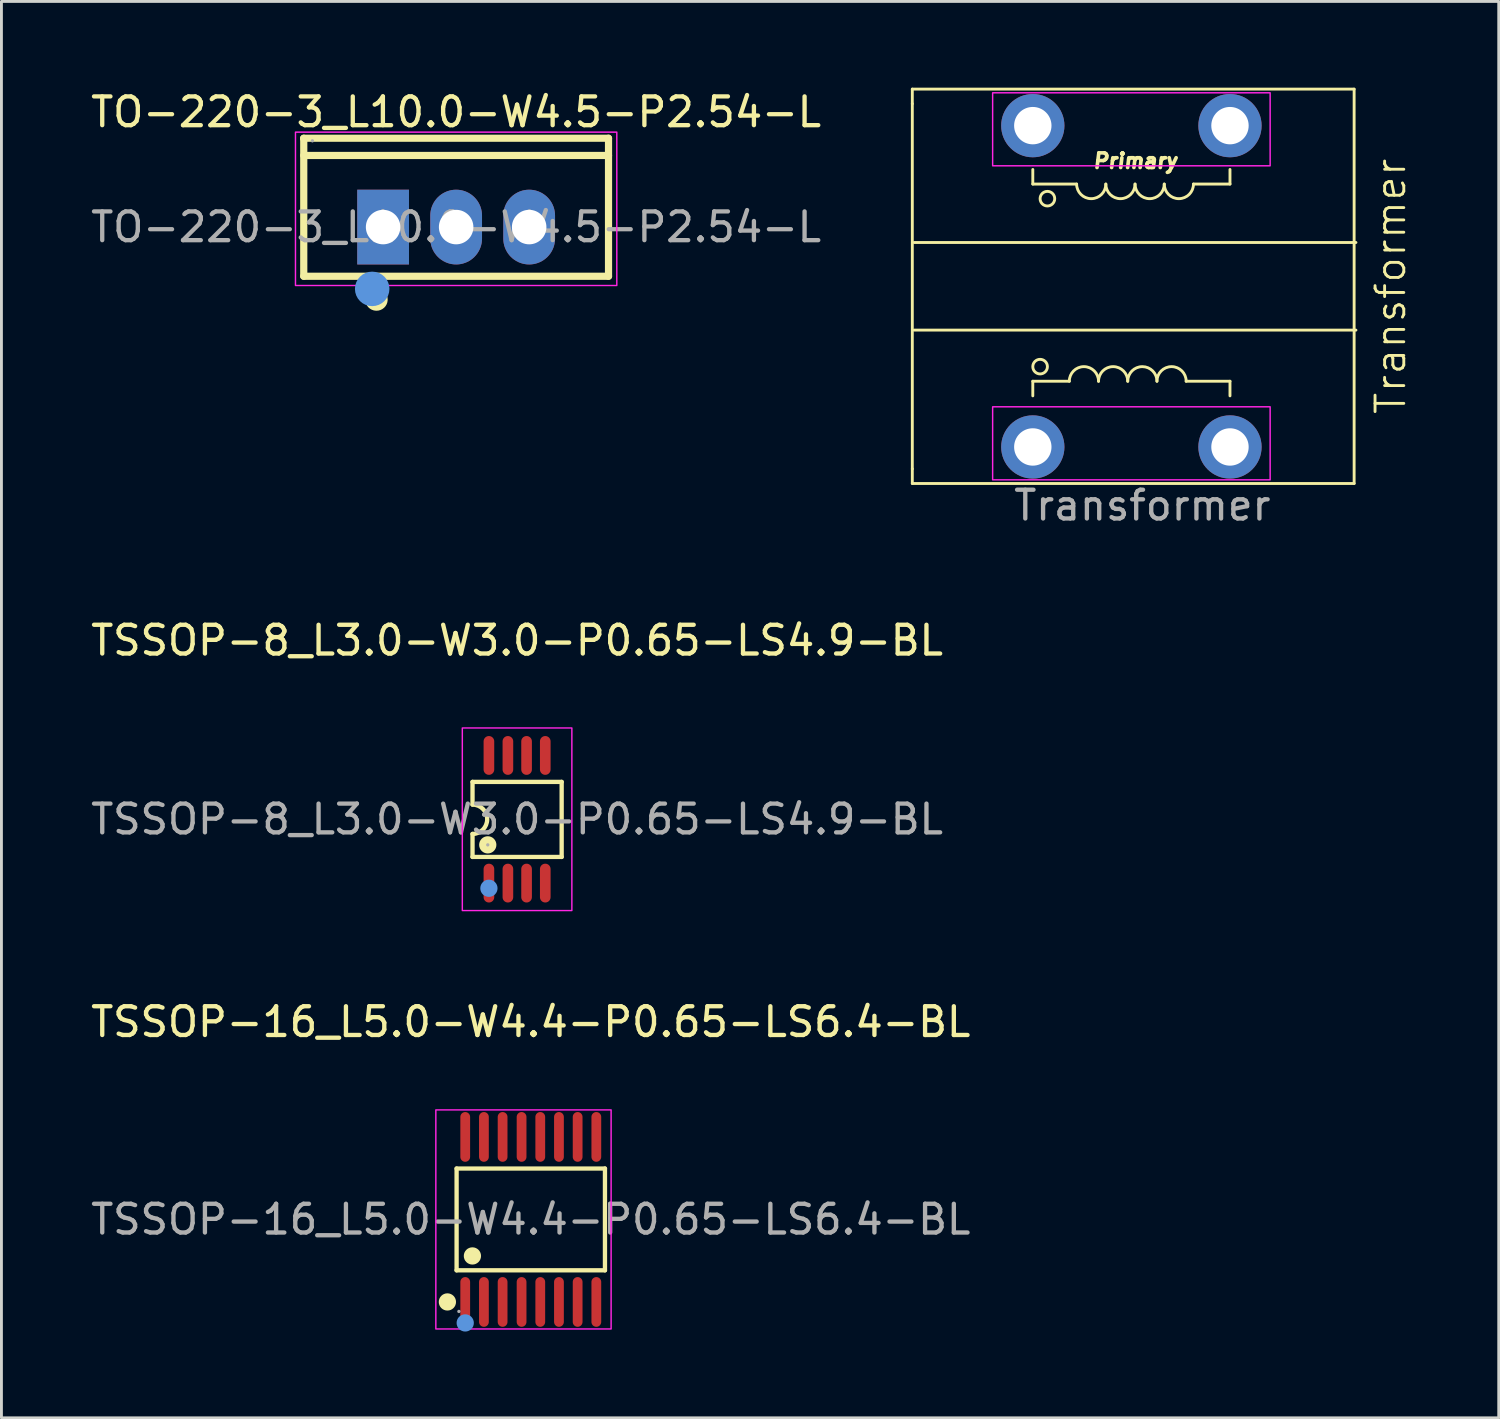
<source format=kicad_pcb>
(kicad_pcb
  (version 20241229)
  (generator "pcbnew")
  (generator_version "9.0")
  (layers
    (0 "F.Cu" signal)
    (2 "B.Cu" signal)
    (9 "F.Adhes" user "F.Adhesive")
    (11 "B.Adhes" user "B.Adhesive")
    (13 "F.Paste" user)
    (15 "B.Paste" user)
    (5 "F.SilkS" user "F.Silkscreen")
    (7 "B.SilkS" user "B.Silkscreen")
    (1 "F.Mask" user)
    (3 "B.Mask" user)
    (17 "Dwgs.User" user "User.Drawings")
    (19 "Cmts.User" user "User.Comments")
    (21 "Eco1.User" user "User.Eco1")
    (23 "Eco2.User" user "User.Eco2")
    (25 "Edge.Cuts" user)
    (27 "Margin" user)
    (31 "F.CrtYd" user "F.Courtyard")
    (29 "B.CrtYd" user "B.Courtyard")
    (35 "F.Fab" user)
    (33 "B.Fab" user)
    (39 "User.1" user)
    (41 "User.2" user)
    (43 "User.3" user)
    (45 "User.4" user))
  (footprint "TSSOP-8_L3.0-W3.0-P0.65-LS4.9-BL"
    (layer "F.Cu")
    (at 14.935 25.445)
    (property "Reference" "TSSOP-8_L3.0-W3.0-P0.65-LS4.9-BL" (at 0 -6.22 0) (layer "F.SilkS") (effects (font (size 1 1) (thickness 0.15))))
    (attr smd)
    (fp_line (start -1.55 -1.3) (end -1.55 -0.51) (stroke (width 0.15) (type solid)) (layer "F.SilkS"))
    (fp_line (start -1.55 -1.3) (end 1.55 -1.3) (stroke (width 0.15) (type solid)) (layer "F.SilkS"))
    (fp_line (start -1.55 0.51) (end -1.55 1.31) (stroke (width 0.15) (type solid)) (layer "F.SilkS"))
    (fp_line (start -1.55 1.31) (end 1.55 1.31) (stroke (width 0.15) (type solid)) (layer "F.SilkS"))
    (fp_line (start 1.55 -1.3) (end 1.55 1.31) (stroke (width 0.15) (type solid)) (layer "F.SilkS"))
    (fp_arc (start -1.55 -0.51) (mid -1.04 0) (end -1.55 0.51) (stroke (width 0.15) (type solid)) (layer "F.SilkS"))
    (fp_circle (center -1.02 0.89) (end -0.87 0.89) (stroke (width 0.3) (type solid)) (fill no) (layer "F.SilkS"))
    (fp_circle (center -0.98 2.4) (end -0.83 2.4) (stroke (width 0.3) (type solid)) (fill no) (layer "Cmts.User"))
    (fp_rect (start -1.905 -3.175) (end 1.905 3.175) (stroke (width 0.05) (type default)) (fill no) (layer "F.CrtYd"))
    (fp_circle (center -1.02 0.89) (end -0.99 0.89) (stroke (width 0.06) (type solid)) (fill no) (layer "F.Fab"))
    (fp_text user "${REFERENCE}" (at 0 0 0) (layer "F.Fab") (effects (font (size 1 1) (thickness 0.15))))
    (pad "1" smd oval (at -0.98 2.22) (size 0.37 1.35) (layers "F.Cu" "F.Mask" "F.Paste"))
    (pad "2" smd oval (at -0.32 2.22) (size 0.37 1.35) (layers "F.Cu" "F.Mask" "F.Paste"))
    (pad "3" smd oval (at 0.33 2.22) (size 0.37 1.35) (layers "F.Cu" "F.Mask" "F.Paste"))
    (pad "4" smd oval (at 0.98 2.22) (size 0.37 1.35) (layers "F.Cu" "F.Mask" "F.Paste"))
    (pad "5" smd oval (at 0.98 -2.22) (size 0.37 1.35) (layers "F.Cu" "F.Mask" "F.Paste"))
    (pad "6" smd oval (at 0.33 -2.22) (size 0.37 1.35) (layers "F.Cu" "F.Mask" "F.Paste"))
    (pad "7" smd oval (at -0.32 -2.22) (size 0.37 1.35) (layers "F.Cu" "F.Mask" "F.Paste"))
    (pad "8" smd oval (at -0.98 -2.22) (size 0.37 1.35) (layers "F.Cu" "F.Mask" "F.Paste")))
  (footprint "TO-220-3_L10.0-W4.5-P2.54-L"
    (layer "F.Cu")
    (at 12.815 4.848)
    (property "Reference" "TO-220-3_L10.0-W4.5-P2.54-L" (at 0 -4 0) (layer "F.SilkS") (effects (font (size 1 1) (thickness 0.15))))
    (attr smd)
    (fp_line (start -5.3 -3.09) (end 5.3 -3.09) (stroke (width 0.25) (type solid)) (layer "F.SilkS"))
    (fp_line (start -5.3 -3.08) (end -5.3 -3.09) (stroke (width 0.25) (type solid)) (layer "F.SilkS"))
    (fp_line (start -5.3 1.71) (end -5.3 -3.08) (stroke (width 0.25) (type solid)) (layer "F.SilkS"))
    (fp_line (start 5.3 -3.09) (end 5.3 1.71) (stroke (width 0.25) (type solid)) (layer "F.SilkS"))
    (fp_line (start 5.3 -2.49) (end -5.3 -2.49) (stroke (width 0.25) (type solid)) (layer "F.SilkS"))
    (fp_line (start 5.3 1.71) (end -5.3 1.71) (stroke (width 0.25) (type solid)) (layer "F.SilkS"))
    (fp_arc (start -2.76 2.33) (mid -2.775239 2.710191) (end -2.769526 2.329738) (stroke (width 0.4) (type solid)) (layer "F.SilkS"))
    (fp_circle (center -2.92 2.15) (end -2.62 2.15) (stroke (width 0.6) (type solid)) (fill no) (layer "Cmts.User"))
    (fp_rect (start -5.588 -3.302) (end 5.588 2.032) (stroke (width 0.05) (type default)) (fill no) (layer "F.CrtYd"))
    (fp_circle (center -5 -3) (end -4.97 -3) (stroke (width 0.06) (type solid)) (fill no) (layer "F.Fab"))
    (fp_text user "${REFERENCE}" (at 0 0 0) (layer "F.Fab") (effects (font (size 1 1) (thickness 0.15))))
    (pad "1" thru_hole rect (at -2.54 0) (size 1.8 2.6) (drill 1.2) (layers "*.Cu" "*.Mask"))
    (pad "2" thru_hole oval (at 0 0) (size 1.8 2.6) (drill 1.2) (layers "*.Cu" "*.Mask"))
    (pad "3" thru_hole oval (at 2.54 0) (size 1.8 2.6) (drill 1.2) (layers "*.Cu" "*.Mask")))
  (footprint "Transformer"
    (layer "F.Cu")
    (at 36.682 6.908)
    (property "Reference" "Transformer" (at 8.636 0 90) (unlocked yes) (layer "F.SilkS") (effects (font (size 1 1) (thickness 0.1))))
    (attr through_hole)
    (fp_line (start -8.001 -6.35) (end -8.001 -6.858) (stroke (width 0.1) (type default)) (layer "F.SilkS"))
    (fp_line (start -8.001 6.35) (end -8.001 -6.35) (stroke (width 0.1) (type default)) (layer "F.SilkS"))
    (fp_line (start -8.001 6.35) (end -8.001 6.858) (stroke (width 0.1) (type default)) (layer "F.SilkS"))
    (fp_line (start -7.938 -1.524) (end 7.429 -1.524) (stroke (width 0.1) (type default)) (layer "F.SilkS"))
    (fp_line (start -7.938 1.524) (end 7.429 1.524) (stroke (width 0.1) (type default)) (layer "F.SilkS"))
    (fp_line (start -3.81 -4.064) (end -3.81 -3.556) (stroke (width 0.1) (type default)) (layer "F.SilkS"))
    (fp_line (start -3.81 3.81) (end -3.81 3.302) (stroke (width 0.1) (type default)) (layer "F.SilkS"))
    (fp_line (start -2.54 3.302) (end -3.81 3.302) (stroke (width 0.1) (type default)) (layer "F.SilkS"))
    (fp_line (start -2.286 -3.556) (end -3.81 -3.556) (stroke (width 0.1) (type default)) (layer "F.SilkS"))
    (fp_line (start 1.524 3.302) (end 3.048 3.302) (stroke (width 0.1) (type default)) (layer "F.SilkS"))
    (fp_line (start 1.778 -3.556) (end 3.048 -3.556) (stroke (width 0.1) (type default)) (layer "F.SilkS"))
    (fp_line (start 3.048 -4.064) (end 3.048 -3.556) (stroke (width 0.1) (type default)) (layer "F.SilkS"))
    (fp_line (start 3.048 3.81) (end 3.048 3.302) (stroke (width 0.1) (type default)) (layer "F.SilkS"))
    (fp_line (start 7.366 -6.858) (end -8.001 -6.858) (stroke (width 0.1) (type default)) (layer "F.SilkS"))
    (fp_line (start 7.366 -6.858) (end 7.366 6.858) (stroke (width 0.1) (type default)) (layer "F.SilkS"))
    (fp_line (start 7.366 6.858) (end -8.001 6.858) (stroke (width 0.1) (type default)) (layer "F.SilkS"))
    (fp_arc (start -2.54 3.302) (mid -2.032 2.794) (end -1.524 3.302) (stroke (width 0.1) (type default)) (layer "F.SilkS"))
    (fp_arc (start -1.524 3.302) (mid -1.016 2.794) (end -0.508 3.302) (stroke (width 0.1) (type default)) (layer "F.SilkS"))
    (fp_arc (start -1.27 -3.556) (mid -1.778 -3.048) (end -2.286 -3.556) (stroke (width 0.1) (type default)) (layer "F.SilkS"))
    (fp_arc (start -0.508 3.302) (mid 0 2.794) (end 0.508 3.302) (stroke (width 0.1) (type default)) (layer "F.SilkS"))
    (fp_arc (start -0.254 -3.556) (mid -0.762 -3.048) (end -1.27 -3.556) (stroke (width 0.1) (type default)) (layer "F.SilkS"))
    (fp_arc (start 0.508 3.302) (mid 1.016 2.794) (end 1.524 3.302) (stroke (width 0.1) (type default)) (layer "F.SilkS"))
    (fp_arc (start 0.762 -3.556) (mid 0.254 -3.048) (end -0.254 -3.556) (stroke (width 0.1) (type default)) (layer "F.SilkS"))
    (fp_arc (start 1.778 -3.556) (mid 1.27 -3.048) (end 0.762 -3.556) (stroke (width 0.1) (type default)) (layer "F.SilkS"))
    (fp_circle (center -3.556 2.794) (end -3.556 2.54) (stroke (width 0.1) (type default)) (fill no) (layer "F.SilkS"))
    (fp_circle (center -3.302 -3.048) (end -3.302 -2.794) (stroke (width 0.1) (type default)) (fill no) (layer "F.SilkS"))
    (fp_rect (start -5.207 -6.731) (end 4.445 -4.191) (stroke (width 0.05) (type default)) (fill no) (layer "F.CrtYd"))
    (fp_rect (start -5.207 4.191) (end 4.445 6.731) (stroke (width 0.05) (type default)) (fill no) (layer "F.CrtYd"))
    (fp_text user "Primary" (at -1.778 -4.064 0) (unlocked yes) (layer "F.SilkS") (effects (font (size 0.508 0.508) (thickness 0.127) (bold yes) (italic yes)) (justify left bottom)))
    (fp_text user "${REFERENCE}" (at 0 7.62 0) (unlocked yes) (layer "F.Fab") (effects (font (size 1 1) (thickness 0.15))))
    (pad "1" thru_hole circle (at -3.81 -5.588) (size 2.2 2.2) (drill 1.3) (layers "*.Cu" "*.Mask"))
    (pad "2" thru_hole circle (at 3.048 -5.588) (size 2.2 2.2) (drill 1.3) (layers "*.Cu" "*.Mask"))
    (pad "3" thru_hole circle (at 3.048 5.588) (size 2.2 2.2) (drill 1.3) (layers "*.Cu" "*.Mask"))
    (pad "4" thru_hole circle (at -3.81 5.588) (size 2.2 2.2) (drill 1.3) (layers "*.Cu" "*.Mask")))
  (footprint "TSSOP-16_L5.0-W4.4-P0.65-LS6.4-BL"
    (layer "F.Cu")
    (at 15.411 39.363)
    (property "Reference" "TSSOP-16_L5.0-W4.4-P0.65-LS6.4-BL" (at 0 -6.87 0) (layer "F.SilkS") (effects (font (size 1 1) (thickness 0.15))))
    (attr smd)
    (fp_line (start -2.58 -1.77) (end 2.58 -1.77) (stroke (width 0.15) (type solid)) (layer "F.SilkS"))
    (fp_line (start -2.58 1.77) (end -2.58 -1.77) (stroke (width 0.15) (type solid)) (layer "F.SilkS"))
    (fp_line (start 2.58 -1.77) (end 2.58 1.77) (stroke (width 0.15) (type solid)) (layer "F.SilkS"))
    (fp_line (start 2.58 1.77) (end -2.58 1.77) (stroke (width 0.15) (type solid)) (layer "F.SilkS"))
    (fp_circle (center -2.9 2.87) (end -2.75 2.87) (stroke (width 0.3) (type solid)) (fill no) (layer "F.SilkS"))
    (fp_circle (center -2.03 1.27) (end -1.88 1.27) (stroke (width 0.3) (type solid)) (fill no) (layer "F.SilkS"))
    (fp_circle (center -2.28 3.6) (end -2.13 3.6) (stroke (width 0.3) (type solid)) (fill no) (layer "Cmts.User"))
    (fp_rect (start -3.302 -3.81) (end 2.794 3.81) (stroke (width 0.05) (type default)) (fill no) (layer "F.CrtYd"))
    (fp_circle (center -2.5 3.2) (end -2.47 3.2) (stroke (width 0.06) (type solid)) (fill no) (layer "F.Fab"))
    (fp_text user "${REFERENCE}" (at 0 0 0) (layer "F.Fab") (effects (font (size 1 1) (thickness 0.15))))
    (pad "1" smd oval (at -2.28 2.87) (size 0.34 1.73) (layers "F.Cu" "F.Mask" "F.Paste"))
    (pad "2" smd oval (at -1.63 2.87) (size 0.34 1.73) (layers "F.Cu" "F.Mask" "F.Paste"))
    (pad "3" smd oval (at -0.98 2.87) (size 0.34 1.73) (layers "F.Cu" "F.Mask" "F.Paste"))
    (pad "4" smd oval (at -0.32 2.87) (size 0.34 1.73) (layers "F.Cu" "F.Mask" "F.Paste"))
    (pad "5" smd oval (at 0.33 2.87) (size 0.34 1.73) (layers "F.Cu" "F.Mask" "F.Paste"))
    (pad "6" smd oval (at 0.98 2.87) (size 0.34 1.73) (layers "F.Cu" "F.Mask" "F.Paste"))
    (pad "7" smd oval (at 1.63 2.87) (size 0.34 1.73) (layers "F.Cu" "F.Mask" "F.Paste"))
    (pad "8" smd oval (at 2.28 2.87) (size 0.34 1.73) (layers "F.Cu" "F.Mask" "F.Paste"))
    (pad "9" smd oval (at 2.28 -2.87) (size 0.34 1.73) (layers "F.Cu" "F.Mask" "F.Paste"))
    (pad "10" smd oval (at 1.63 -2.87) (size 0.34 1.73) (layers "F.Cu" "F.Mask" "F.Paste"))
    (pad "11" smd oval (at 0.98 -2.87) (size 0.34 1.73) (layers "F.Cu" "F.Mask" "F.Paste"))
    (pad "12" smd oval (at 0.33 -2.87) (size 0.34 1.73) (layers "F.Cu" "F.Mask" "F.Paste"))
    (pad "13" smd oval (at -0.32 -2.87) (size 0.34 1.73) (layers "F.Cu" "F.Mask" "F.Paste"))
    (pad "14" smd oval (at -0.98 -2.87) (size 0.34 1.73) (layers "F.Cu" "F.Mask" "F.Paste"))
    (pad "15" smd oval (at -1.63 -2.87) (size 0.34 1.73) (layers "F.Cu" "F.Mask" "F.Paste"))
    (pad "16" smd oval (at -2.28 -2.87) (size 0.34 1.73) (layers "F.Cu" "F.Mask" "F.Paste")))
  (gr_rect
    (start -3 -3)
    (end 49.078 46.263)
    (stroke (width 0.1) (type default))
    (fill no)
    (layer "Edge.Cuts")))
</source>
